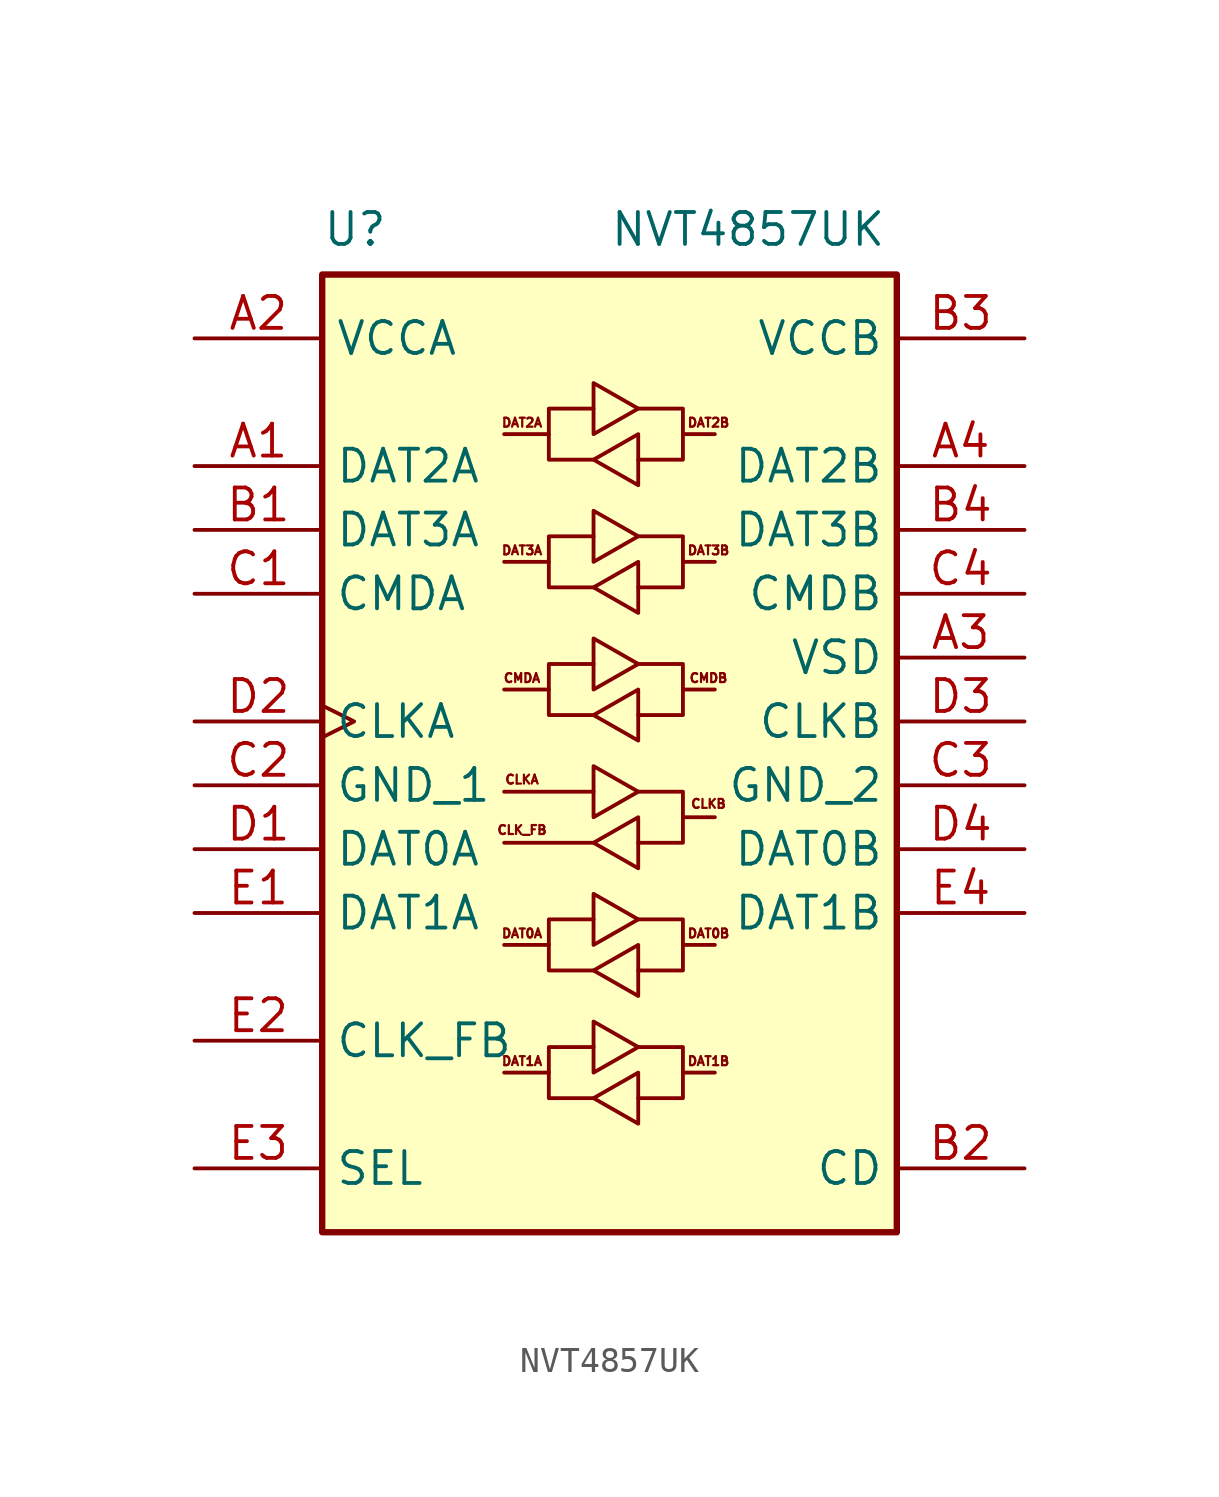
<source format=kicad_sym>
(kicad_symbol_lib
  (version 20220914)
  (generator kicad_symbol_editor)
  (symbol "NVT4857UK"
    (property "Reference" "U"
      (at -11.43 21.59 0)
      (effects (font (size 1.27 1.27)) (justify left top)))
    (property "Value" "NVT4857UK"
      (at 0 21.59 0)
      (effects (font (size 1.27 1.27)) (justify left top)))
    (symbol "NVT4857UK_0_1"
      (polyline (pts (xy -0.635 -3.556) (xy -4.191 -3.556)) (stroke (width 0) (type default)) (fill (type none)))
      (polyline (pts (xy -0.635 -1.524) (xy -4.191 -1.524)) (stroke (width 0) (type default)) (fill (type none)))
      (polyline (pts (xy -2.413 -12.7) (xy -2.413 -11.684) (xy -0.635 -11.684)) (stroke (width 0) (type default)) (fill (type none)))
      (polyline (pts (xy -2.413 -7.62) (xy -2.413 -6.604) (xy -0.635 -6.604)) (stroke (width 0) (type default)) (fill (type none)))
      (polyline (pts (xy -2.413 2.54) (xy -2.413 3.556) (xy -0.635 3.556)) (stroke (width 0) (type default)) (fill (type none)))
      (polyline (pts (xy -2.413 7.62) (xy -2.413 8.636) (xy -0.635 8.636)) (stroke (width 0) (type default)) (fill (type none)))
      (polyline (pts (xy -2.413 12.7) (xy -2.413 13.716) (xy -0.635 13.716)) (stroke (width 0) (type default)) (fill (type none)))
      (polyline (pts (xy 2.921 -12.7) (xy 2.921 -13.716) (xy 1.143 -13.716)) (stroke (width 0) (type default)) (fill (type none)))
      (polyline (pts (xy 2.921 -7.62) (xy 2.921 -8.636) (xy 1.143 -8.636)) (stroke (width 0) (type default)) (fill (type none)))
      (polyline (pts (xy 2.921 -2.54) (xy 2.921 -3.556) (xy 1.143 -3.556)) (stroke (width 0) (type default)) (fill (type none)))
      (polyline (pts (xy 2.921 2.54) (xy 2.921 1.524) (xy 1.143 1.524)) (stroke (width 0) (type default)) (fill (type none)))
      (polyline (pts (xy 2.921 7.62) (xy 2.921 6.604) (xy 1.143 6.604)) (stroke (width 0) (type default)) (fill (type none)))
      (polyline (pts (xy 2.921 12.7) (xy 2.921 11.684) (xy 1.143 11.684)) (stroke (width 0) (type default)) (fill (type none)))
      (polyline (pts (xy -0.635 -13.716) (xy -2.413 -13.716) (xy -2.413 -12.7) (xy -4.191 -12.7)) (stroke (width 0) (type default)) (fill (type none)))
      (polyline (pts (xy -0.635 -13.716) (xy 1.143 -12.7) (xy 1.143 -14.732) (xy -0.635 -13.716)) (stroke (width 0) (type default)) (fill (type none)))
      (polyline (pts (xy -0.635 -8.636) (xy -2.413 -8.636) (xy -2.413 -7.62) (xy -4.191 -7.62)) (stroke (width 0) (type default)) (fill (type none)))
      (polyline (pts (xy -0.635 -8.636) (xy 1.143 -7.62) (xy 1.143 -9.652) (xy -0.635 -8.636)) (stroke (width 0) (type default)) (fill (type none)))
      (polyline (pts (xy -0.635 -3.556) (xy 1.143 -2.54) (xy 1.143 -4.572) (xy -0.635 -3.556)) (stroke (width 0) (type default)) (fill (type none)))
      (polyline (pts (xy -0.635 1.524) (xy -2.413 1.524) (xy -2.413 2.54) (xy -4.191 2.54)) (stroke (width 0) (type default)) (fill (type none)))
      (polyline (pts (xy -0.635 1.524) (xy 1.143 2.54) (xy 1.143 0.508) (xy -0.635 1.524)) (stroke (width 0) (type default)) (fill (type none)))
      (polyline (pts (xy -0.635 6.604) (xy -2.413 6.604) (xy -2.413 7.62) (xy -4.191 7.62)) (stroke (width 0) (type default)) (fill (type none)))
      (polyline (pts (xy -0.635 6.604) (xy 1.143 7.62) (xy 1.143 5.588) (xy -0.635 6.604)) (stroke (width 0) (type default)) (fill (type none)))
      (polyline (pts (xy -0.635 11.684) (xy -2.413 11.684) (xy -2.413 12.7) (xy -4.191 12.7)) (stroke (width 0) (type default)) (fill (type none)))
      (polyline (pts (xy -0.635 11.684) (xy 1.143 12.7) (xy 1.143 10.668) (xy -0.635 11.684)) (stroke (width 0) (type default)) (fill (type none)))
      (polyline (pts (xy 1.143 -11.684) (xy -0.635 -12.7) (xy -0.635 -10.668) (xy 1.143 -11.684)) (stroke (width 0) (type default)) (fill (type none)))
      (polyline (pts (xy 1.143 -11.684) (xy 2.921 -11.684) (xy 2.921 -12.7) (xy 4.191 -12.7)) (stroke (width 0) (type default)) (fill (type none)))
      (polyline (pts (xy 1.143 -6.604) (xy -0.635 -7.62) (xy -0.635 -5.588) (xy 1.143 -6.604)) (stroke (width 0) (type default)) (fill (type none)))
      (polyline (pts (xy 1.143 -6.604) (xy 2.921 -6.604) (xy 2.921 -7.62) (xy 4.191 -7.62)) (stroke (width 0) (type default)) (fill (type none)))
      (polyline (pts (xy 1.143 -1.524) (xy -0.635 -2.54) (xy -0.635 -0.508) (xy 1.143 -1.524)) (stroke (width 0) (type default)) (fill (type none)))
      (polyline (pts (xy 1.143 -1.524) (xy 2.921 -1.524) (xy 2.921 -2.54) (xy 4.191 -2.54)) (stroke (width 0) (type default)) (fill (type none)))
      (polyline (pts (xy 1.143 3.556) (xy -0.635 2.54) (xy -0.635 4.572) (xy 1.143 3.556)) (stroke (width 0) (type default)) (fill (type none)))
      (polyline (pts (xy 1.143 3.556) (xy 2.921 3.556) (xy 2.921 2.54) (xy 4.191 2.54)) (stroke (width 0) (type default)) (fill (type none)))
      (polyline (pts (xy 1.143 8.636) (xy -0.635 7.62) (xy -0.635 9.652) (xy 1.143 8.636)) (stroke (width 0) (type default)) (fill (type none)))
      (polyline (pts (xy 1.143 8.636) (xy 2.921 8.636) (xy 2.921 7.62) (xy 4.191 7.62)) (stroke (width 0) (type default)) (fill (type none)))
      (polyline (pts (xy 1.143 13.716) (xy -0.635 12.7) (xy -0.635 14.732) (xy 1.143 13.716)) (stroke (width 0) (type default)) (fill (type none)))
      (polyline (pts (xy 1.143 13.716) (xy 2.921 13.716) (xy 2.921 12.7) (xy 4.191 12.7)) (stroke (width 0) (type default)) (fill (type none))))
    (symbol "NVT4857UK_1_1"
      (rectangle (start -11.43 19.05) (end 11.43 -19.05) (stroke (width 0.254) (type default)) (fill (type background)))
      (text "CLK_FB" (at -3.48 -3.048 0) (effects (font (size 0.356 0.356))))
      (text "CLKA" (at -3.48 -1.041 0) (effects (font (size 0.356 0.356))))
      (text "CLKB" (at 3.937 -2.007 0) (effects (font (size 0.356 0.356))))
      (text "CMDA" (at -3.48 2.997 0) (effects (font (size 0.356 0.356))))
      (text "CMDB" (at 3.937 2.997 0) (effects (font (size 0.356 0.356))))
      (text "DAT0A" (at -3.48 -7.163 0) (effects (font (size 0.356 0.356))))
      (text "DAT0B" (at 3.937 -7.163 0) (effects (font (size 0.356 0.356))))
      (text "DAT1A" (at -3.48 -12.243 0) (effects (font (size 0.356 0.356))))
      (text "DAT1B" (at 3.937 -12.243 0) (effects (font (size 0.356 0.356))))
      (text "DAT2A" (at -3.48 13.157 0) (effects (font (size 0.356 0.356))))
      (text "DAT2B" (at 3.937 13.157 0) (effects (font (size 0.356 0.356))))
      (text "DAT3A" (at -3.48 8.077 0) (effects (font (size 0.356 0.356))))
      (text "DAT3B" (at 3.937 8.077 0) (effects (font (size 0.356 0.356))))
      (pin bidirectional line (at -16.51 11.43 0) (length 5.08) (name "DAT2A" (effects (font (size 1.27 1.27)))) (number "A1" (effects (font (size 1.27 1.27)))))
      (pin power_in line (at -16.51 16.51 0) (length 5.08) (name "VCCA" (effects (font (size 1.27 1.27)))) (number "A2" (effects (font (size 1.27 1.27)))))
      (pin power_in line (at 16.51 3.81 180) (length 5.08) (name "VSD" (effects (font (size 1.27 1.27)))) (number "A3" (effects (font (size 1.27 1.27)))))
      (pin bidirectional line (at 16.51 11.43 180) (length 5.08) (name "DAT2B" (effects (font (size 1.27 1.27)))) (number "A4" (effects (font (size 1.27 1.27)))))
      (pin bidirectional line (at -16.51 8.89 0) (length 5.08) (name "DAT3A" (effects (font (size 1.27 1.27)))) (number "B1" (effects (font (size 1.27 1.27)))))
      (pin output line (at 16.51 -16.51 180) (length 5.08) (name "CD" (effects (font (size 1.27 1.27)))) (number "B2" (effects (font (size 1.27 1.27)))))
      (pin power_out line (at 16.51 16.51 180) (length 5.08) (name "VCCB" (effects (font (size 1.27 1.27)))) (number "B3" (effects (font (size 1.27 1.27)))))
      (pin bidirectional line (at 16.51 8.89 180) (length 5.08) (name "DAT3B" (effects (font (size 1.27 1.27)))) (number "B4" (effects (font (size 1.27 1.27)))))
      (pin bidirectional line (at -16.51 6.35 0) (length 5.08) (name "CMDA" (effects (font (size 1.27 1.27)))) (number "C1" (effects (font (size 1.27 1.27)))))
      (pin power_in line (at -16.51 -1.27 0) (length 5.08) (name "GND_1" (effects (font (size 1.27 1.27)))) (number "C2" (effects (font (size 1.27 1.27)))))
      (pin power_in line (at 16.51 -1.27 180) (length 5.08) (name "GND_2" (effects (font (size 1.27 1.27)))) (number "C3" (effects (font (size 1.27 1.27)))))
      (pin bidirectional line (at 16.51 6.35 180) (length 5.08) (name "CMDB" (effects (font (size 1.27 1.27)))) (number "C4" (effects (font (size 1.27 1.27)))))
      (pin bidirectional line (at -16.51 -3.81 0) (length 5.08) (name "DAT0A" (effects (font (size 1.27 1.27)))) (number "D1" (effects (font (size 1.27 1.27)))))
      (pin input clock (at -16.51 1.27 0) (length 5.08) (name "CLKA" (effects (font (size 1.27 1.27)))) (number "D2" (effects (font (size 1.27 1.27)))))
      (pin output line (at 16.51 1.27 180) (length 5.08) (name "CLKB" (effects (font (size 1.27 1.27)))) (number "D3" (effects (font (size 1.27 1.27)))))
      (pin bidirectional line (at 16.51 -3.81 180) (length 5.08) (name "DAT0B" (effects (font (size 1.27 1.27)))) (number "D4" (effects (font (size 1.27 1.27)))))
      (pin bidirectional line (at -16.51 -6.35 0) (length 5.08) (name "DAT1A" (effects (font (size 1.27 1.27)))) (number "E1" (effects (font (size 1.27 1.27)))))
      (pin output line (at -16.51 -11.43 0) (length 5.08) (name "CLK_FB" (effects (font (size 1.27 1.27)))) (number "E2" (effects (font (size 1.27 1.27)))))
      (pin input line (at -16.51 -16.51 0) (length 5.08) (name "SEL" (effects (font (size 1.27 1.27)))) (number "E3" (effects (font (size 1.27 1.27)))))
      (pin bidirectional line (at 16.51 -6.35 180) (length 5.08) (name "DAT1B" (effects (font (size 1.27 1.27)))) (number "E4" (effects (font (size 1.27 1.27))))))))
</source>
